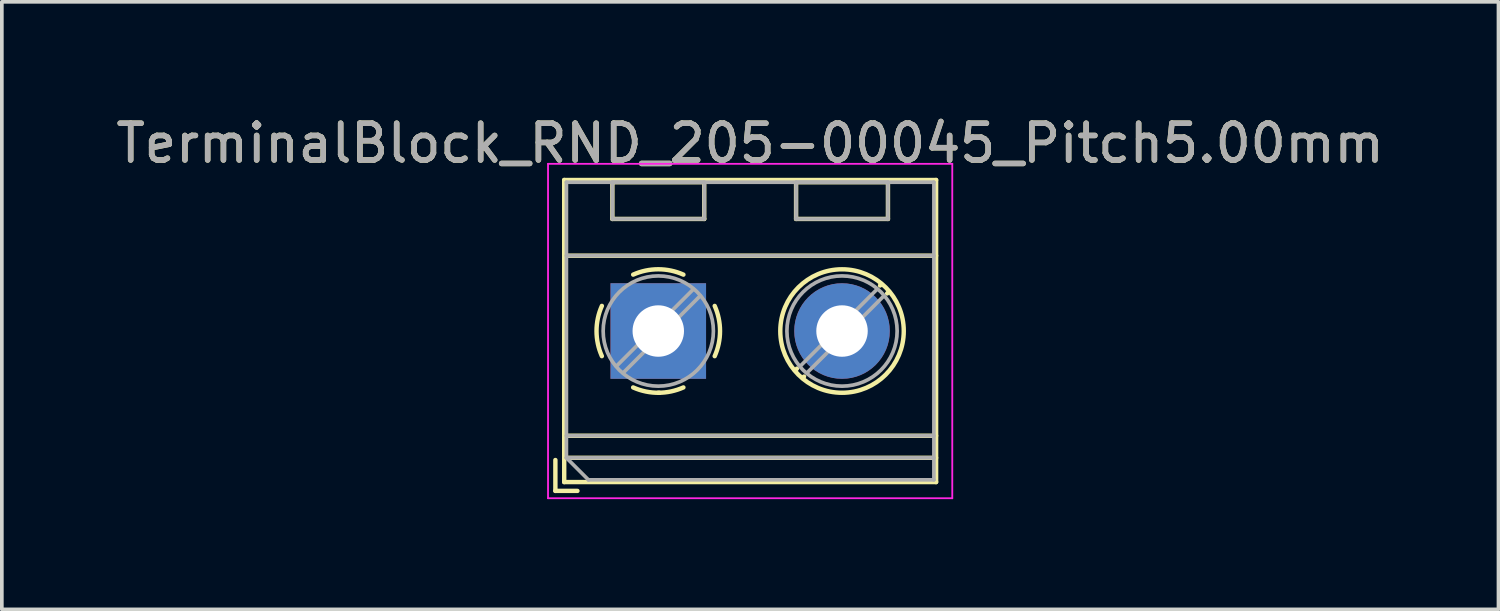
<source format=kicad_pcb>
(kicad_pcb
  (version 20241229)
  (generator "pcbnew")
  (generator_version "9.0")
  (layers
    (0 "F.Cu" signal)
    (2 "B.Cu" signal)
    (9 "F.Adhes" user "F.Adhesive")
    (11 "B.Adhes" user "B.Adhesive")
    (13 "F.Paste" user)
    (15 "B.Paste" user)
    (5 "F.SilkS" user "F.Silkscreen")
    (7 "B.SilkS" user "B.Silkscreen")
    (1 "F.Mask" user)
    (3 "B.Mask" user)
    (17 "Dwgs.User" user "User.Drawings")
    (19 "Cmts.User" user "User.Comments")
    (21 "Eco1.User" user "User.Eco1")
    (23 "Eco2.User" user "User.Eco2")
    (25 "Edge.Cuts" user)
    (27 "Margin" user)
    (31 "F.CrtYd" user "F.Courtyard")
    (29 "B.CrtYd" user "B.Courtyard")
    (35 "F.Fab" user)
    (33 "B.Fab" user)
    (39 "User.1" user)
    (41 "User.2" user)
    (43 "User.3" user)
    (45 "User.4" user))
  (footprint "TerminalBlock_RND_205-00045_Pitch5.00mm"
    (layer "F.Cu")
    (at 14.863 5.958)
    (property "Reference" "TerminalBlock_RND_205-00045_Pitch5.00mm" (at 2.5 -5.11 0) (layer "F.SilkS") (effects (font (size 1 1) (thickness 0.15))))
    (attr through_hole)
    (fp_line (start -2.8 3.51) (end -2.8 4.35) (stroke (width 0.12) (type solid)) (layer "F.SilkS"))
    (fp_line (start -2.8 4.35) (end -2.2 4.35) (stroke (width 0.12) (type solid)) (layer "F.SilkS"))
    (fp_line (start -2.56 -4.11) (end -2.56 4.11) (stroke (width 0.12) (type solid)) (layer "F.SilkS"))
    (fp_line (start -2.56 -2.05) (end 7.56 -2.05) (stroke (width 0.12) (type solid)) (layer "F.SilkS"))
    (fp_line (start -2.56 2.85) (end 7.56 2.85) (stroke (width 0.12) (type solid)) (layer "F.SilkS"))
    (fp_line (start -2.56 3.45) (end 7.56 3.45) (stroke (width 0.12) (type solid)) (layer "F.SilkS"))
    (fp_line (start -2.56 4.11) (end 7.56 4.11) (stroke (width 0.12) (type solid)) (layer "F.SilkS"))
    (fp_line (start -1.25 -4.05) (end -1.25 -3.05) (stroke (width 0.12) (type solid)) (layer "F.SilkS"))
    (fp_line (start -1.25 -4.05) (end 1.25 -4.05) (stroke (width 0.12) (type solid)) (layer "F.SilkS"))
    (fp_line (start -1.25 -3.05) (end 1.25 -3.05) (stroke (width 0.12) (type solid)) (layer "F.SilkS"))
    (fp_line (start 1.25 -4.05) (end 1.25 -3.05) (stroke (width 0.12) (type solid)) (layer "F.SilkS"))
    (fp_line (start 3.75 -4.05) (end 3.75 -3.05) (stroke (width 0.12) (type solid)) (layer "F.SilkS"))
    (fp_line (start 3.75 -4.05) (end 6.25 -4.05) (stroke (width 0.12) (type solid)) (layer "F.SilkS"))
    (fp_line (start 3.75 -3.05) (end 6.25 -3.05) (stroke (width 0.12) (type solid)) (layer "F.SilkS"))
    (fp_line (start 3.773 1.023) (end 3.726 1.069) (stroke (width 0.12) (type solid)) (layer "F.SilkS"))
    (fp_line (start 3.966 1.239) (end 3.931 1.274) (stroke (width 0.12) (type solid)) (layer "F.SilkS"))
    (fp_line (start 6.07 -1.275) (end 6.035 -1.239) (stroke (width 0.12) (type solid)) (layer "F.SilkS"))
    (fp_line (start 6.25 -4.05) (end 6.25 -3.05) (stroke (width 0.12) (type solid)) (layer "F.SilkS"))
    (fp_line (start 6.275 -1.069) (end 6.228 -1.023) (stroke (width 0.12) (type solid)) (layer "F.SilkS"))
    (fp_line (start 7.56 -4.11) (end -2.56 -4.11) (stroke (width 0.12) (type solid)) (layer "F.SilkS"))
    (fp_line (start 7.56 4.11) (end 7.56 -4.11) (stroke (width 0.12) (type solid)) (layer "F.SilkS"))
    (fp_arc (start -1.535427 0.683042) (mid -1.680501 -0.000524) (end -1.535 -0.684) (stroke (width 0.12) (type solid)) (layer "F.SilkS"))
    (fp_arc (start -0.683042 -1.535427) (mid 0.000524 -1.680501) (end 0.684 -1.535) (stroke (width 0.12) (type solid)) (layer "F.SilkS"))
    (fp_arc (start 0.028805 1.680253) (mid -0.335551 1.646659) (end -0.684 1.535) (stroke (width 0.12) (type solid)) (layer "F.SilkS"))
    (fp_arc (start 0.683318 1.534756) (mid 0.349292 1.643288) (end 0 1.68) (stroke (width 0.12) (type solid)) (layer "F.SilkS"))
    (fp_arc (start 1.535427 -0.683042) (mid 1.680501 0.000524) (end 1.535 0.684) (stroke (width 0.12) (type solid)) (layer "F.SilkS"))
    (fp_circle (center 5 0) (end 6.68 0) (stroke (width 0.12) (type solid)) (fill no) (layer "F.SilkS"))
    (fp_line (start -3 -4.55) (end -3 4.55) (stroke (width 0.05) (type solid)) (layer "F.CrtYd"))
    (fp_line (start -3 4.55) (end 8 4.55) (stroke (width 0.05) (type solid)) (layer "F.CrtYd"))
    (fp_line (start 8 -4.55) (end -3 -4.55) (stroke (width 0.05) (type solid)) (layer "F.CrtYd"))
    (fp_line (start 8 4.55) (end 8 -4.55) (stroke (width 0.05) (type solid)) (layer "F.CrtYd"))
    (fp_line (start -2.5 -4.05) (end 7.5 -4.05) (stroke (width 0.1) (type solid)) (layer "F.Fab"))
    (fp_line (start -2.5 -2.05) (end 7.5 -2.05) (stroke (width 0.1) (type solid)) (layer "F.Fab"))
    (fp_line (start -2.5 2.85) (end 7.5 2.85) (stroke (width 0.1) (type solid)) (layer "F.Fab"))
    (fp_line (start -2.5 3.45) (end -2.5 -4.05) (stroke (width 0.1) (type solid)) (layer "F.Fab"))
    (fp_line (start -2.5 3.45) (end 7.5 3.45) (stroke (width 0.1) (type solid)) (layer "F.Fab"))
    (fp_line (start -1.9 4.05) (end -2.5 3.45) (stroke (width 0.1) (type solid)) (layer "F.Fab"))
    (fp_line (start -1.25 -4.05) (end -1.25 -3.05) (stroke (width 0.1) (type solid)) (layer "F.Fab"))
    (fp_line (start -1.25 -3.05) (end 1.25 -3.05) (stroke (width 0.1) (type solid)) (layer "F.Fab"))
    (fp_line (start 0.955 -1.138) (end -1.138 0.955) (stroke (width 0.1) (type solid)) (layer "F.Fab"))
    (fp_line (start 1.138 -0.955) (end -0.955 1.138) (stroke (width 0.1) (type solid)) (layer "F.Fab"))
    (fp_line (start 1.25 -4.05) (end -1.25 -4.05) (stroke (width 0.1) (type solid)) (layer "F.Fab"))
    (fp_line (start 1.25 -3.05) (end 1.25 -4.05) (stroke (width 0.1) (type solid)) (layer "F.Fab"))
    (fp_line (start 3.75 -4.05) (end 3.75 -3.05) (stroke (width 0.1) (type solid)) (layer "F.Fab"))
    (fp_line (start 3.75 -3.05) (end 6.25 -3.05) (stroke (width 0.1) (type solid)) (layer "F.Fab"))
    (fp_line (start 5.955 -1.138) (end 3.863 0.955) (stroke (width 0.1) (type solid)) (layer "F.Fab"))
    (fp_line (start 6.138 -0.955) (end 4.046 1.138) (stroke (width 0.1) (type solid)) (layer "F.Fab"))
    (fp_line (start 6.25 -4.05) (end 3.75 -4.05) (stroke (width 0.1) (type solid)) (layer "F.Fab"))
    (fp_line (start 6.25 -3.05) (end 6.25 -4.05) (stroke (width 0.1) (type solid)) (layer "F.Fab"))
    (fp_line (start 7.5 -4.05) (end 7.5 4.05) (stroke (width 0.1) (type solid)) (layer "F.Fab"))
    (fp_line (start 7.5 4.05) (end -1.9 4.05) (stroke (width 0.1) (type solid)) (layer "F.Fab"))
    (fp_circle (center 0 0) (end 1.5 0) (stroke (width 0.1) (type solid)) (fill no) (layer "F.Fab"))
    (fp_circle (center 5 0) (end 6.5 0) (stroke (width 0.1) (type solid)) (fill no) (layer "F.Fab"))
    (fp_text user "${REFERENCE}" (at 2.5 -5.11 0) (layer "F.Fab") (effects (font (size 1 1) (thickness 0.15))))
    (pad "1" thru_hole rect (at 0 0) (size 2.6 2.6) (drill 1.4) (layers "*.Cu" "*.Mask"))
    (pad "2" thru_hole circle (at 5 0) (size 2.6 2.6) (drill 1.4) (layers "*.Cu" "*.Mask")))
  (gr_rect
    (start -3 -3)
    (end 37.726 13.533)
    (stroke (width 0.1) (type default))
    (fill no)
    (layer "Edge.Cuts")))
</source>
